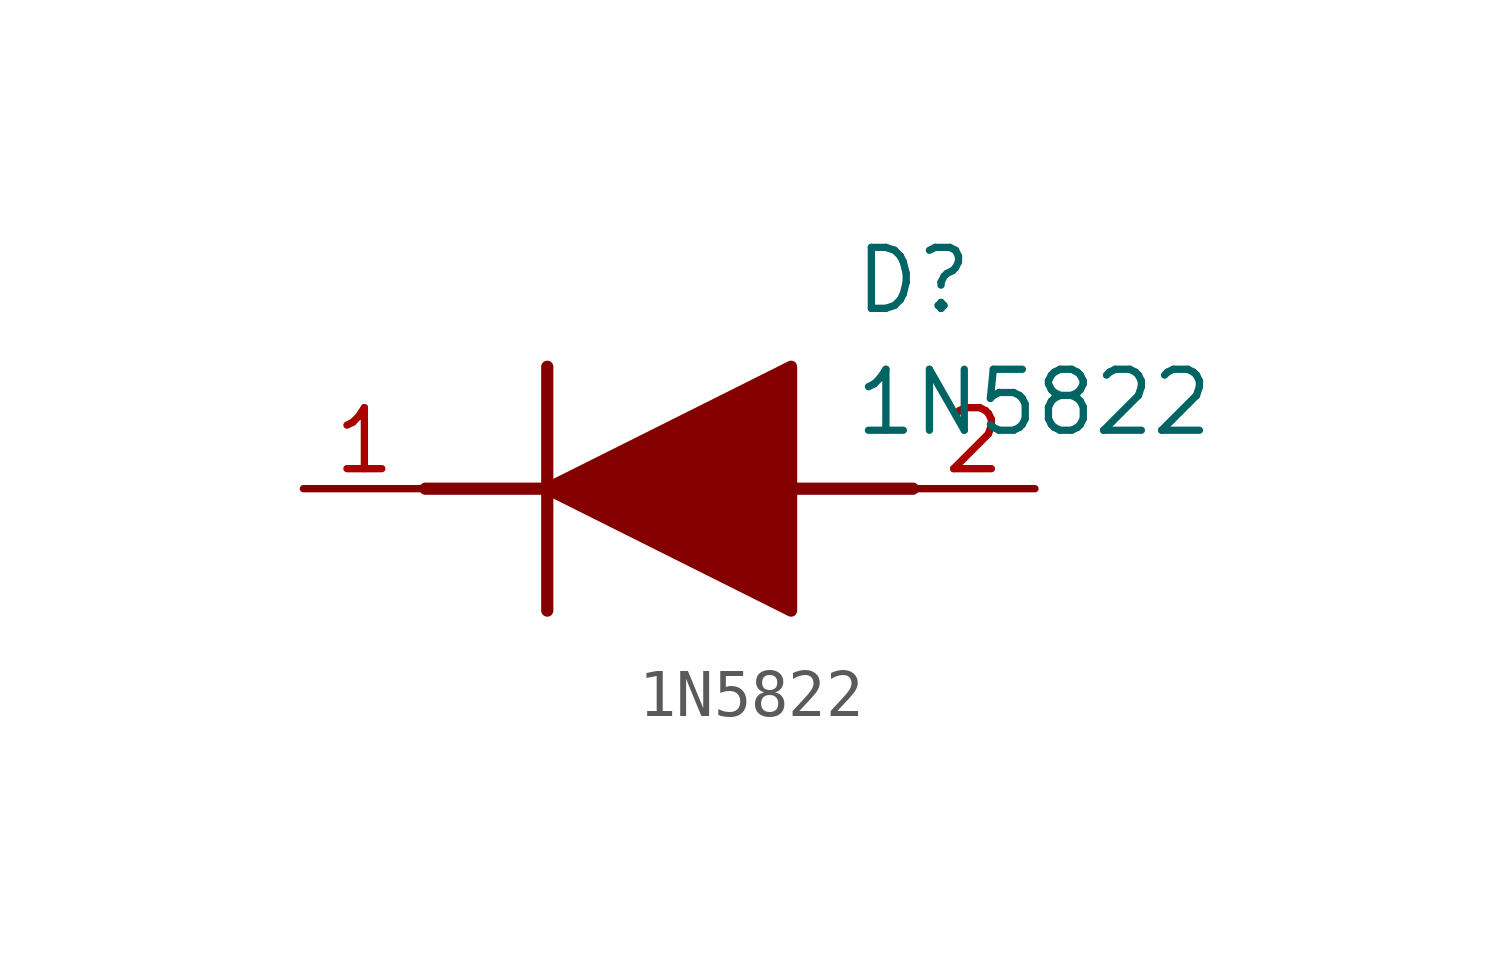
<source format=kicad_sym>
(kicad_symbol_lib
  (version 20211014)
  (generator SamacSys_ECAD_Model)
  (symbol "1N5822"
    (pin_names hide)
    (property "Reference" "D"
      (at 11.43 5.08 0)
      (effects (font (size 1.27 1.27)) (justify left top)))
    (property "Value" "1N5822"
      (at 11.43 2.54 0)
      (effects (font (size 1.27 1.27)) (justify left top)))
    (polyline
      (pts (xy 5.08 2.54) (xy 5.08 -2.54))
      (stroke (width 0.254) (type default))
      (fill (type none)))
    (polyline
      (pts (xy 2.54 0) (xy 5.08 0))
      (stroke (width 0.254) (type default))
      (fill (type none)))
    (polyline
      (pts (xy 10.16 0) (xy 12.7 0))
      (stroke (width 0.254) (type default))
      (fill (type none)))
    (polyline
      (pts (xy 5.08 0) (xy 10.16 2.54) (xy 10.16 -2.54) (xy 5.08 0))
      (stroke (width 0.254) (type default))
      (fill (type outline)))
    (pin passive line
      (at 0 0 0)
      (length 2.54)
      (name "K" (effects (font (size 1.27 1.27))))
      (number "1" (effects (font (size 1.27 1.27)))))
    (pin passive line
      (at 15.24 0 180)
      (length 2.54)
      (name "A" (effects (font (size 1.27 1.27))))
      (number "2" (effects (font (size 1.27 1.27)))))))
</source>
